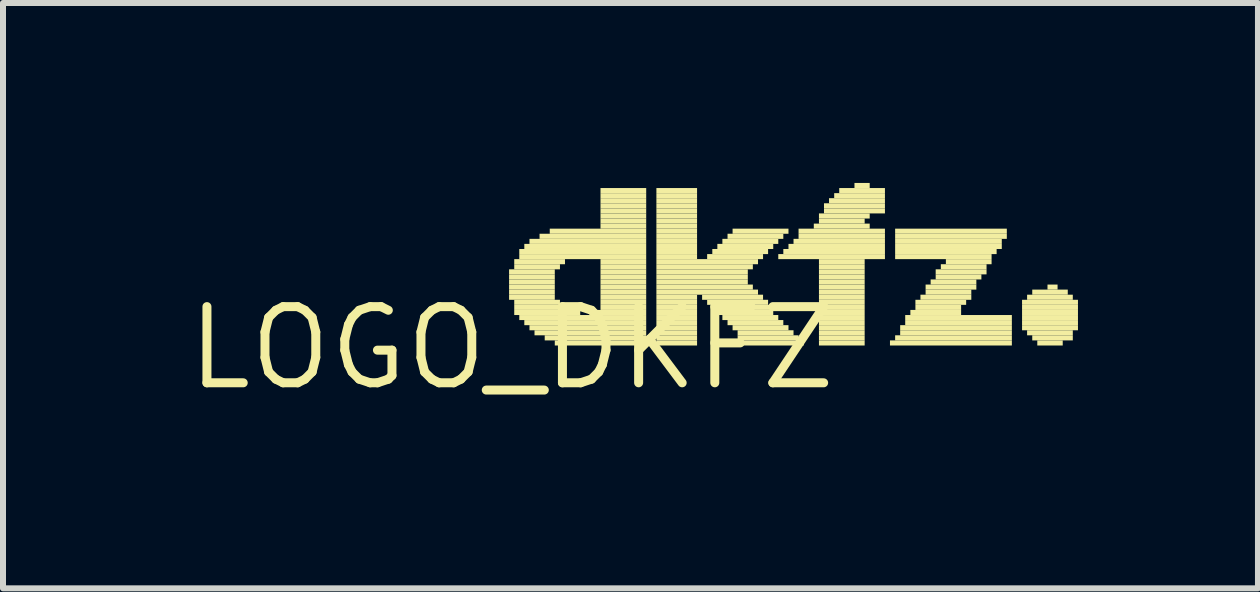
<source format=kicad_pcb>
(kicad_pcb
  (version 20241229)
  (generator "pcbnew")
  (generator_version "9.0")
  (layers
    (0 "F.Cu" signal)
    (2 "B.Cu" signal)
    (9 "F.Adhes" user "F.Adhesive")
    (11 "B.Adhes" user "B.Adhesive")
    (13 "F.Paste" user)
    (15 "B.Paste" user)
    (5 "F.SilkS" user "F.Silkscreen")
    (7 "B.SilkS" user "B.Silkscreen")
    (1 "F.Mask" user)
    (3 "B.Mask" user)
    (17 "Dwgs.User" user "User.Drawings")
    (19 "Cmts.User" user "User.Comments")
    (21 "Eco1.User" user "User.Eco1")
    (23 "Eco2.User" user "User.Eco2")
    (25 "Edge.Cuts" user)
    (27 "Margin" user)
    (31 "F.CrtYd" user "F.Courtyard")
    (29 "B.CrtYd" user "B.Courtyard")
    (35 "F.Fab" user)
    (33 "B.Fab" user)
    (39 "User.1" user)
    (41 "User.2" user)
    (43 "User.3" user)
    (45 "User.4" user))
  (footprint "LOGO_DKFZ"
    (layer "F.Cu")
    (at 5.48 2.752)
    (property "Reference" "LOGO_DKFZ" (at 0 0 0) (unlocked yes) (layer "F.SilkS") (effects (font (size 1.27 1.27) (thickness 0.15))))
    (fp_poly (pts (xy -0.043 -1.228) (xy 0.719 -1.228) (xy 0.719 -1.312) (xy -0.043 -1.312)) (stroke (width 0) (type default)) (fill yes) (layer "F.SilkS"))
    (fp_poly (pts (xy -0.043 -1.143) (xy 0.719 -1.143) (xy 0.719 -1.228) (xy -0.043 -1.228)) (stroke (width 0) (type default)) (fill yes) (layer "F.SilkS"))
    (fp_poly (pts (xy -0.043 -1.058) (xy 0.719 -1.058) (xy 0.719 -1.143) (xy -0.043 -1.143)) (stroke (width 0) (type default)) (fill yes) (layer "F.SilkS"))
    (fp_poly (pts (xy -0.043 -0.974) (xy 0.719 -0.974) (xy 0.719 -1.058) (xy -0.043 -1.058)) (stroke (width 0) (type default)) (fill yes) (layer "F.SilkS"))
    (fp_poly (pts (xy -0.043 -0.889) (xy 0.719 -0.889) (xy 0.719 -0.974) (xy -0.043 -0.974)) (stroke (width 0) (type default)) (fill yes) (layer "F.SilkS"))
    (fp_poly (pts (xy -0.043 -0.804) (xy 0.719 -0.804) (xy 0.719 -0.889) (xy -0.043 -0.889)) (stroke (width 0) (type default)) (fill yes) (layer "F.SilkS"))
    (fp_poly (pts (xy 0.043 -1.397) (xy 0.889 -1.397) (xy 0.889 -1.482) (xy 0.043 -1.482)) (stroke (width 0) (type default)) (fill yes) (layer "F.SilkS"))
    (fp_poly (pts (xy 0.043 -1.312) (xy 0.805 -1.312) (xy 0.805 -1.397) (xy 0.043 -1.397)) (stroke (width 0) (type default)) (fill yes) (layer "F.SilkS"))
    (fp_poly (pts (xy 0.043 -0.72) (xy 0.805 -0.72) (xy 0.805 -0.804) (xy 0.043 -0.804)) (stroke (width 0) (type default)) (fill yes) (layer "F.SilkS"))
    (fp_poly (pts (xy 0.043 -0.635) (xy 0.889 -0.635) (xy 0.889 -0.72) (xy 0.043 -0.72)) (stroke (width 0) (type default)) (fill yes) (layer "F.SilkS"))
    (fp_poly (pts (xy 0.043 -0.55) (xy 1.143 -0.55) (xy 1.143 -0.635) (xy 0.043 -0.635)) (stroke (width 0) (type default)) (fill yes) (layer "F.SilkS"))
    (fp_poly (pts (xy 0.127 -1.566) (xy 2.243 -1.566) (xy 2.243 -1.651) (xy 0.127 -1.651)) (stroke (width 0) (type default)) (fill yes) (layer "F.SilkS"))
    (fp_poly (pts (xy 0.127 -1.482) (xy 2.243 -1.482) (xy 2.243 -1.566) (xy 0.127 -1.566)) (stroke (width 0) (type default)) (fill yes) (layer "F.SilkS"))
    (fp_poly (pts (xy 0.127 -0.466) (xy 2.243 -0.466) (xy 2.243 -0.55) (xy 0.127 -0.55)) (stroke (width 0) (type default)) (fill yes) (layer "F.SilkS"))
    (fp_poly (pts (xy 0.211 -1.651) (xy 2.243 -1.651) (xy 2.243 -1.736) (xy 0.211 -1.736)) (stroke (width 0) (type default)) (fill yes) (layer "F.SilkS"))
    (fp_poly (pts (xy 0.211 -0.381) (xy 2.243 -0.381) (xy 2.243 -0.466) (xy 0.211 -0.466)) (stroke (width 0) (type default)) (fill yes) (layer "F.SilkS"))
    (fp_poly (pts (xy 0.297 -1.736) (xy 2.243 -1.736) (xy 2.243 -1.82) (xy 0.297 -1.82)) (stroke (width 0) (type default)) (fill yes) (layer "F.SilkS"))
    (fp_poly (pts (xy 0.297 -0.296) (xy 2.243 -0.296) (xy 2.243 -0.381) (xy 0.297 -0.381)) (stroke (width 0) (type default)) (fill yes) (layer "F.SilkS"))
    (fp_poly (pts (xy 0.381 -0.212) (xy 2.243 -0.212) (xy 2.243 -0.296) (xy 0.381 -0.296)) (stroke (width 0) (type default)) (fill yes) (layer "F.SilkS"))
    (fp_poly (pts (xy 0.465 -1.82) (xy 2.243 -1.82) (xy 2.243 -1.905) (xy 0.465 -1.905)) (stroke (width 0) (type default)) (fill yes) (layer "F.SilkS"))
    (fp_poly (pts (xy 0.551 -0.127) (xy 2.243 -0.127) (xy 2.243 -0.212) (xy 0.551 -0.212)) (stroke (width 0) (type default)) (fill yes) (layer "F.SilkS"))
    (fp_poly (pts (xy 0.635 -1.905) (xy 2.243 -1.905) (xy 2.243 -1.99) (xy 0.635 -1.99)) (stroke (width 0) (type default)) (fill yes) (layer "F.SilkS"))
    (fp_poly (pts (xy 0.719 -0.042) (xy 2.243 -0.042) (xy 2.243 -0.127) (xy 0.719 -0.127)) (stroke (width 0) (type default)) (fill yes) (layer "F.SilkS"))
    (fp_poly (pts (xy 1.313 -0.55) (xy 2.243 -0.55) (xy 2.243 -0.635) (xy 1.313 -0.635)) (stroke (width 0) (type default)) (fill yes) (layer "F.SilkS"))
    (fp_poly (pts (xy 1.481 -2.582) (xy 2.243 -2.582) (xy 2.243 -2.667) (xy 1.481 -2.667)) (stroke (width 0) (type default)) (fill yes) (layer "F.SilkS"))
    (fp_poly (pts (xy 1.481 -2.498) (xy 2.243 -2.498) (xy 2.243 -2.582) (xy 1.481 -2.582)) (stroke (width 0) (type default)) (fill yes) (layer "F.SilkS"))
    (fp_poly (pts (xy 1.481 -2.413) (xy 2.243 -2.413) (xy 2.243 -2.498) (xy 1.481 -2.498)) (stroke (width 0) (type default)) (fill yes) (layer "F.SilkS"))
    (fp_poly (pts (xy 1.481 -2.328) (xy 2.243 -2.328) (xy 2.243 -2.413) (xy 1.481 -2.413)) (stroke (width 0) (type default)) (fill yes) (layer "F.SilkS"))
    (fp_poly (pts (xy 1.481 -2.244) (xy 2.243 -2.244) (xy 2.243 -2.328) (xy 1.481 -2.328)) (stroke (width 0) (type default)) (fill yes) (layer "F.SilkS"))
    (fp_poly (pts (xy 1.481 -2.159) (xy 2.243 -2.159) (xy 2.243 -2.244) (xy 1.481 -2.244)) (stroke (width 0) (type default)) (fill yes) (layer "F.SilkS"))
    (fp_poly (pts (xy 1.481 -2.074) (xy 2.243 -2.074) (xy 2.243 -2.159) (xy 1.481 -2.159)) (stroke (width 0) (type default)) (fill yes) (layer "F.SilkS"))
    (fp_poly (pts (xy 1.481 -1.99) (xy 2.243 -1.99) (xy 2.243 -2.074) (xy 1.481 -2.074)) (stroke (width 0) (type default)) (fill yes) (layer "F.SilkS"))
    (fp_poly (pts (xy 1.481 -1.397) (xy 2.243 -1.397) (xy 2.243 -1.482) (xy 1.481 -1.482)) (stroke (width 0) (type default)) (fill yes) (layer "F.SilkS"))
    (fp_poly (pts (xy 1.481 -1.312) (xy 2.243 -1.312) (xy 2.243 -1.397) (xy 1.481 -1.397)) (stroke (width 0) (type default)) (fill yes) (layer "F.SilkS"))
    (fp_poly (pts (xy 1.481 -1.228) (xy 2.243 -1.228) (xy 2.243 -1.312) (xy 1.481 -1.312)) (stroke (width 0) (type default)) (fill yes) (layer "F.SilkS"))
    (fp_poly (pts (xy 1.481 -1.143) (xy 2.243 -1.143) (xy 2.243 -1.228) (xy 1.481 -1.228)) (stroke (width 0) (type default)) (fill yes) (layer "F.SilkS"))
    (fp_poly (pts (xy 1.481 -1.058) (xy 2.243 -1.058) (xy 2.243 -1.143) (xy 1.481 -1.143)) (stroke (width 0) (type default)) (fill yes) (layer "F.SilkS"))
    (fp_poly (pts (xy 1.481 -0.974) (xy 2.243 -0.974) (xy 2.243 -1.058) (xy 1.481 -1.058)) (stroke (width 0) (type default)) (fill yes) (layer "F.SilkS"))
    (fp_poly (pts (xy 1.481 -0.889) (xy 2.243 -0.889) (xy 2.243 -0.974) (xy 1.481 -0.974)) (stroke (width 0) (type default)) (fill yes) (layer "F.SilkS"))
    (fp_poly (pts (xy 1.481 -0.804) (xy 2.243 -0.804) (xy 2.243 -0.889) (xy 1.481 -0.889)) (stroke (width 0) (type default)) (fill yes) (layer "F.SilkS"))
    (fp_poly (pts (xy 1.481 -0.72) (xy 2.243 -0.72) (xy 2.243 -0.804) (xy 1.481 -0.804)) (stroke (width 0) (type default)) (fill yes) (layer "F.SilkS"))
    (fp_poly (pts (xy 1.481 -0.635) (xy 2.243 -0.635) (xy 2.243 -0.72) (xy 1.481 -0.72)) (stroke (width 0) (type default)) (fill yes) (layer "F.SilkS"))
    (fp_poly (pts (xy 2.413 -2.582) (xy 3.091 -2.582) (xy 3.091 -2.667) (xy 2.413 -2.667)) (stroke (width 0) (type default)) (fill yes) (layer "F.SilkS"))
    (fp_poly (pts (xy 2.413 -2.498) (xy 3.091 -2.498) (xy 3.091 -2.582) (xy 2.413 -2.582)) (stroke (width 0) (type default)) (fill yes) (layer "F.SilkS"))
    (fp_poly (pts (xy 2.413 -2.413) (xy 3.091 -2.413) (xy 3.091 -2.498) (xy 2.413 -2.498)) (stroke (width 0) (type default)) (fill yes) (layer "F.SilkS"))
    (fp_poly (pts (xy 2.413 -2.328) (xy 3.091 -2.328) (xy 3.091 -2.413) (xy 2.413 -2.413)) (stroke (width 0) (type default)) (fill yes) (layer "F.SilkS"))
    (fp_poly (pts (xy 2.413 -2.244) (xy 3.091 -2.244) (xy 3.091 -2.328) (xy 2.413 -2.328)) (stroke (width 0) (type default)) (fill yes) (layer "F.SilkS"))
    (fp_poly (pts (xy 2.413 -2.159) (xy 3.091 -2.159) (xy 3.091 -2.244) (xy 2.413 -2.244)) (stroke (width 0) (type default)) (fill yes) (layer "F.SilkS"))
    (fp_poly (pts (xy 2.413 -2.074) (xy 3.091 -2.074) (xy 3.091 -2.159) (xy 2.413 -2.159)) (stroke (width 0) (type default)) (fill yes) (layer "F.SilkS"))
    (fp_poly (pts (xy 2.413 -1.99) (xy 3.091 -1.99) (xy 3.091 -2.074) (xy 2.413 -2.074)) (stroke (width 0) (type default)) (fill yes) (layer "F.SilkS"))
    (fp_poly (pts (xy 2.413 -1.905) (xy 3.091 -1.905) (xy 3.091 -1.99) (xy 2.413 -1.99)) (stroke (width 0) (type default)) (fill yes) (layer "F.SilkS"))
    (fp_poly (pts (xy 2.413 -1.82) (xy 3.091 -1.82) (xy 3.091 -1.905) (xy 2.413 -1.905)) (stroke (width 0) (type default)) (fill yes) (layer "F.SilkS"))
    (fp_poly (pts (xy 2.413 -1.736) (xy 3.091 -1.736) (xy 3.091 -1.82) (xy 2.413 -1.82)) (stroke (width 0) (type default)) (fill yes) (layer "F.SilkS"))
    (fp_poly (pts (xy 2.413 -1.651) (xy 3.091 -1.651) (xy 3.091 -1.736) (xy 2.413 -1.736)) (stroke (width 0) (type default)) (fill yes) (layer "F.SilkS"))
    (fp_poly (pts (xy 2.413 -1.566) (xy 3.091 -1.566) (xy 3.091 -1.651) (xy 2.413 -1.651)) (stroke (width 0) (type default)) (fill yes) (layer "F.SilkS"))
    (fp_poly (pts (xy 2.413 -1.482) (xy 3.091 -1.482) (xy 3.091 -1.566) (xy 2.413 -1.566)) (stroke (width 0) (type default)) (fill yes) (layer "F.SilkS"))
    (fp_poly (pts (xy 2.413 -1.397) (xy 4.107 -1.397) (xy 4.107 -1.482) (xy 2.413 -1.482)) (stroke (width 0) (type default)) (fill yes) (layer "F.SilkS"))
    (fp_poly (pts (xy 2.413 -1.312) (xy 4.021 -1.312) (xy 4.021 -1.397) (xy 2.413 -1.397)) (stroke (width 0) (type default)) (fill yes) (layer "F.SilkS"))
    (fp_poly (pts (xy 2.413 -1.228) (xy 3.937 -1.228) (xy 3.937 -1.312) (xy 2.413 -1.312)) (stroke (width 0) (type default)) (fill yes) (layer "F.SilkS"))
    (fp_poly (pts (xy 2.413 -1.143) (xy 3.937 -1.143) (xy 3.937 -1.228) (xy 2.413 -1.228)) (stroke (width 0) (type default)) (fill yes) (layer "F.SilkS"))
    (fp_poly (pts (xy 2.413 -1.058) (xy 3.937 -1.058) (xy 3.937 -1.143) (xy 2.413 -1.143)) (stroke (width 0) (type default)) (fill yes) (layer "F.SilkS"))
    (fp_poly (pts (xy 2.413 -0.974) (xy 4.021 -0.974) (xy 4.021 -1.058) (xy 2.413 -1.058)) (stroke (width 0) (type default)) (fill yes) (layer "F.SilkS"))
    (fp_poly (pts (xy 2.413 -0.889) (xy 4.107 -0.889) (xy 4.107 -0.974) (xy 2.413 -0.974)) (stroke (width 0) (type default)) (fill yes) (layer "F.SilkS"))
    (fp_poly (pts (xy 2.413 -0.804) (xy 3.091 -0.804) (xy 3.091 -0.889) (xy 2.413 -0.889)) (stroke (width 0) (type default)) (fill yes) (layer "F.SilkS"))
    (fp_poly (pts (xy 2.413 -0.72) (xy 3.091 -0.72) (xy 3.091 -0.804) (xy 2.413 -0.804)) (stroke (width 0) (type default)) (fill yes) (layer "F.SilkS"))
    (fp_poly (pts (xy 2.413 -0.635) (xy 3.091 -0.635) (xy 3.091 -0.72) (xy 2.413 -0.72)) (stroke (width 0) (type default)) (fill yes) (layer "F.SilkS"))
    (fp_poly (pts (xy 2.413 -0.55) (xy 3.091 -0.55) (xy 3.091 -0.635) (xy 2.413 -0.635)) (stroke (width 0) (type default)) (fill yes) (layer "F.SilkS"))
    (fp_poly (pts (xy 2.413 -0.466) (xy 3.091 -0.466) (xy 3.091 -0.55) (xy 2.413 -0.55)) (stroke (width 0) (type default)) (fill yes) (layer "F.SilkS"))
    (fp_poly (pts (xy 2.413 -0.381) (xy 3.091 -0.381) (xy 3.091 -0.466) (xy 2.413 -0.466)) (stroke (width 0) (type default)) (fill yes) (layer "F.SilkS"))
    (fp_poly (pts (xy 2.413 -0.296) (xy 3.091 -0.296) (xy 3.091 -0.381) (xy 2.413 -0.381)) (stroke (width 0) (type default)) (fill yes) (layer "F.SilkS"))
    (fp_poly (pts (xy 2.413 -0.212) (xy 3.091 -0.212) (xy 3.091 -0.296) (xy 2.413 -0.296)) (stroke (width 0) (type default)) (fill yes) (layer "F.SilkS"))
    (fp_poly (pts (xy 2.413 -0.127) (xy 3.091 -0.127) (xy 3.091 -0.212) (xy 2.413 -0.212)) (stroke (width 0) (type default)) (fill yes) (layer "F.SilkS"))
    (fp_poly (pts (xy 2.413 -0.042) (xy 3.091 -0.042) (xy 3.091 -0.127) (xy 2.413 -0.127)) (stroke (width 0) (type default)) (fill yes) (layer "F.SilkS"))
    (fp_poly (pts (xy 3.175 -0.804) (xy 4.191 -0.804) (xy 4.191 -0.889) (xy 3.175 -0.889)) (stroke (width 0) (type default)) (fill yes) (layer "F.SilkS"))
    (fp_poly (pts (xy 3.259 -1.482) (xy 4.191 -1.482) (xy 4.191 -1.566) (xy 3.259 -1.566)) (stroke (width 0) (type default)) (fill yes) (layer "F.SilkS"))
    (fp_poly (pts (xy 3.259 -0.72) (xy 4.275 -0.72) (xy 4.275 -0.804) (xy 3.259 -0.804)) (stroke (width 0) (type default)) (fill yes) (layer "F.SilkS"))
    (fp_poly (pts (xy 3.345 -1.566) (xy 4.275 -1.566) (xy 4.275 -1.651) (xy 3.345 -1.651)) (stroke (width 0) (type default)) (fill yes) (layer "F.SilkS"))
    (fp_poly (pts (xy 3.345 -0.635) (xy 4.361 -0.635) (xy 4.361 -0.72) (xy 3.345 -0.72)) (stroke (width 0) (type default)) (fill yes) (layer "F.SilkS"))
    (fp_poly (pts (xy 3.429 -1.651) (xy 4.361 -1.651) (xy 4.361 -1.736) (xy 3.429 -1.736)) (stroke (width 0) (type default)) (fill yes) (layer "F.SilkS"))
    (fp_poly (pts (xy 3.429 -0.55) (xy 4.361 -0.55) (xy 4.361 -0.635) (xy 3.429 -0.635)) (stroke (width 0) (type default)) (fill yes) (layer "F.SilkS"))
    (fp_poly (pts (xy 3.513 -1.736) (xy 4.445 -1.736) (xy 4.445 -1.82) (xy 3.513 -1.82)) (stroke (width 0) (type default)) (fill yes) (layer "F.SilkS"))
    (fp_poly (pts (xy 3.513 -0.466) (xy 4.445 -0.466) (xy 4.445 -0.55) (xy 3.513 -0.55)) (stroke (width 0) (type default)) (fill yes) (layer "F.SilkS"))
    (fp_poly (pts (xy 3.599 -1.82) (xy 4.529 -1.82) (xy 4.529 -1.905) (xy 3.599 -1.905)) (stroke (width 0) (type default)) (fill yes) (layer "F.SilkS"))
    (fp_poly (pts (xy 3.599 -0.381) (xy 4.529 -0.381) (xy 4.529 -0.466) (xy 3.599 -0.466)) (stroke (width 0) (type default)) (fill yes) (layer "F.SilkS"))
    (fp_poly (pts (xy 3.683 -1.905) (xy 4.615 -1.905) (xy 4.615 -1.99) (xy 3.683 -1.99)) (stroke (width 0) (type default)) (fill yes) (layer "F.SilkS"))
    (fp_poly (pts (xy 3.683 -0.296) (xy 4.615 -0.296) (xy 4.615 -0.381) (xy 3.683 -0.381)) (stroke (width 0) (type default)) (fill yes) (layer "F.SilkS"))
    (fp_poly (pts (xy 3.767 -0.212) (xy 4.699 -0.212) (xy 4.699 -0.296) (xy 3.767 -0.296)) (stroke (width 0) (type default)) (fill yes) (layer "F.SilkS"))
    (fp_poly (pts (xy 3.767 -0.127) (xy 4.783 -0.127) (xy 4.783 -0.212) (xy 3.767 -0.212)) (stroke (width 0) (type default)) (fill yes) (layer "F.SilkS"))
    (fp_poly (pts (xy 3.853 -0.042) (xy 4.869 -0.042) (xy 4.869 -0.127) (xy 3.853 -0.127)) (stroke (width 0) (type default)) (fill yes) (layer "F.SilkS"))
    (fp_poly (pts (xy 4.445 -1.482) (xy 6.223 -1.482) (xy 6.223 -1.566) (xy 4.445 -1.566)) (stroke (width 0) (type default)) (fill yes) (layer "F.SilkS"))
    (fp_poly (pts (xy 4.529 -1.566) (xy 6.223 -1.566) (xy 6.223 -1.651) (xy 4.529 -1.651)) (stroke (width 0) (type default)) (fill yes) (layer "F.SilkS"))
    (fp_poly (pts (xy 4.615 -1.651) (xy 6.223 -1.651) (xy 6.223 -1.736) (xy 4.615 -1.736)) (stroke (width 0) (type default)) (fill yes) (layer "F.SilkS"))
    (fp_poly (pts (xy 4.699 -1.736) (xy 6.223 -1.736) (xy 6.223 -1.82) (xy 4.699 -1.82)) (stroke (width 0) (type default)) (fill yes) (layer "F.SilkS"))
    (fp_poly (pts (xy 4.783 -1.905) (xy 6.223 -1.905) (xy 6.223 -1.99) (xy 4.783 -1.99)) (stroke (width 0) (type default)) (fill yes) (layer "F.SilkS"))
    (fp_poly (pts (xy 4.783 -1.82) (xy 6.223 -1.82) (xy 6.223 -1.905) (xy 4.783 -1.905)) (stroke (width 0) (type default)) (fill yes) (layer "F.SilkS"))
    (fp_poly (pts (xy 5.037 -1.99) (xy 5.969 -1.99) (xy 5.969 -2.074) (xy 5.037 -2.074)) (stroke (width 0) (type default)) (fill yes) (layer "F.SilkS"))
    (fp_poly (pts (xy 5.123 -2.159) (xy 5.969 -2.159) (xy 5.969 -2.244) (xy 5.123 -2.244)) (stroke (width 0) (type default)) (fill yes) (layer "F.SilkS"))
    (fp_poly (pts (xy 5.123 -2.074) (xy 5.885 -2.074) (xy 5.885 -2.159) (xy 5.123 -2.159)) (stroke (width 0) (type default)) (fill yes) (layer "F.SilkS"))
    (fp_poly (pts (xy 5.123 -1.397) (xy 5.885 -1.397) (xy 5.885 -1.482) (xy 5.123 -1.482)) (stroke (width 0) (type default)) (fill yes) (layer "F.SilkS"))
    (fp_poly (pts (xy 5.123 -1.312) (xy 5.885 -1.312) (xy 5.885 -1.397) (xy 5.123 -1.397)) (stroke (width 0) (type default)) (fill yes) (layer "F.SilkS"))
    (fp_poly (pts (xy 5.123 -1.228) (xy 5.885 -1.228) (xy 5.885 -1.312) (xy 5.123 -1.312)) (stroke (width 0) (type default)) (fill yes) (layer "F.SilkS"))
    (fp_poly (pts (xy 5.123 -1.143) (xy 5.885 -1.143) (xy 5.885 -1.228) (xy 5.123 -1.228)) (stroke (width 0) (type default)) (fill yes) (layer "F.SilkS"))
    (fp_poly (pts (xy 5.123 -1.058) (xy 5.885 -1.058) (xy 5.885 -1.143) (xy 5.123 -1.143)) (stroke (width 0) (type default)) (fill yes) (layer "F.SilkS"))
    (fp_poly (pts (xy 5.123 -0.974) (xy 5.885 -0.974) (xy 5.885 -1.058) (xy 5.123 -1.058)) (stroke (width 0) (type default)) (fill yes) (layer "F.SilkS"))
    (fp_poly (pts (xy 5.123 -0.889) (xy 5.885 -0.889) (xy 5.885 -0.974) (xy 5.123 -0.974)) (stroke (width 0) (type default)) (fill yes) (layer "F.SilkS"))
    (fp_poly (pts (xy 5.123 -0.804) (xy 5.885 -0.804) (xy 5.885 -0.889) (xy 5.123 -0.889)) (stroke (width 0) (type default)) (fill yes) (layer "F.SilkS"))
    (fp_poly (pts (xy 5.123 -0.72) (xy 5.885 -0.72) (xy 5.885 -0.804) (xy 5.123 -0.804)) (stroke (width 0) (type default)) (fill yes) (layer "F.SilkS"))
    (fp_poly (pts (xy 5.123 -0.635) (xy 5.885 -0.635) (xy 5.885 -0.72) (xy 5.123 -0.72)) (stroke (width 0) (type default)) (fill yes) (layer "F.SilkS"))
    (fp_poly (pts (xy 5.123 -0.55) (xy 5.885 -0.55) (xy 5.885 -0.635) (xy 5.123 -0.635)) (stroke (width 0) (type default)) (fill yes) (layer "F.SilkS"))
    (fp_poly (pts (xy 5.123 -0.466) (xy 5.885 -0.466) (xy 5.885 -0.55) (xy 5.123 -0.55)) (stroke (width 0) (type default)) (fill yes) (layer "F.SilkS"))
    (fp_poly (pts (xy 5.123 -0.381) (xy 5.885 -0.381) (xy 5.885 -0.466) (xy 5.123 -0.466)) (stroke (width 0) (type default)) (fill yes) (layer "F.SilkS"))
    (fp_poly (pts (xy 5.123 -0.296) (xy 5.885 -0.296) (xy 5.885 -0.381) (xy 5.123 -0.381)) (stroke (width 0) (type default)) (fill yes) (layer "F.SilkS"))
    (fp_poly (pts (xy 5.123 -0.212) (xy 5.885 -0.212) (xy 5.885 -0.296) (xy 5.123 -0.296)) (stroke (width 0) (type default)) (fill yes) (layer "F.SilkS"))
    (fp_poly (pts (xy 5.123 -0.127) (xy 5.885 -0.127) (xy 5.885 -0.212) (xy 5.123 -0.212)) (stroke (width 0) (type default)) (fill yes) (layer "F.SilkS"))
    (fp_poly (pts (xy 5.123 -0.042) (xy 5.885 -0.042) (xy 5.885 -0.127) (xy 5.123 -0.127)) (stroke (width 0) (type default)) (fill yes) (layer "F.SilkS"))
    (fp_poly (pts (xy 5.207 -2.328) (xy 6.223 -2.328) (xy 6.223 -2.413) (xy 5.207 -2.413)) (stroke (width 0) (type default)) (fill yes) (layer "F.SilkS"))
    (fp_poly (pts (xy 5.207 -2.244) (xy 6.223 -2.244) (xy 6.223 -2.328) (xy 5.207 -2.328)) (stroke (width 0) (type default)) (fill yes) (layer "F.SilkS"))
    (fp_poly (pts (xy 5.291 -2.413) (xy 6.223 -2.413) (xy 6.223 -2.498) (xy 5.291 -2.498)) (stroke (width 0) (type default)) (fill yes) (layer "F.SilkS"))
    (fp_poly (pts (xy 5.377 -2.498) (xy 6.223 -2.498) (xy 6.223 -2.582) (xy 5.377 -2.582)) (stroke (width 0) (type default)) (fill yes) (layer "F.SilkS"))
    (fp_poly (pts (xy 5.461 -2.582) (xy 6.223 -2.582) (xy 6.223 -2.667) (xy 5.461 -2.667)) (stroke (width 0) (type default)) (fill yes) (layer "F.SilkS"))
    (fp_poly (pts (xy 5.715 -2.667) (xy 5.969 -2.667) (xy 5.969 -2.752) (xy 5.715 -2.752)) (stroke (width 0) (type default)) (fill yes) (layer "F.SilkS"))
    (fp_poly (pts (xy 6.307 -0.042) (xy 8.339 -0.042) (xy 8.339 -0.127) (xy 6.307 -0.127)) (stroke (width 0) (type default)) (fill yes) (layer "F.SilkS"))
    (fp_poly (pts (xy 6.393 -1.905) (xy 8.255 -1.905) (xy 8.255 -1.99) (xy 6.393 -1.99)) (stroke (width 0) (type default)) (fill yes) (layer "F.SilkS"))
    (fp_poly (pts (xy 6.393 -1.82) (xy 8.255 -1.82) (xy 8.255 -1.905) (xy 6.393 -1.905)) (stroke (width 0) (type default)) (fill yes) (layer "F.SilkS"))
    (fp_poly (pts (xy 6.393 -1.736) (xy 8.171 -1.736) (xy 8.171 -1.82) (xy 6.393 -1.82)) (stroke (width 0) (type default)) (fill yes) (layer "F.SilkS"))
    (fp_poly (pts (xy 6.393 -1.651) (xy 8.171 -1.651) (xy 8.171 -1.736) (xy 6.393 -1.736)) (stroke (width 0) (type default)) (fill yes) (layer "F.SilkS"))
    (fp_poly (pts (xy 6.393 -1.566) (xy 8.085 -1.566) (xy 8.085 -1.651) (xy 6.393 -1.651)) (stroke (width 0) (type default)) (fill yes) (layer "F.SilkS"))
    (fp_poly (pts (xy 6.393 -1.482) (xy 8.001 -1.482) (xy 8.001 -1.566) (xy 6.393 -1.566)) (stroke (width 0) (type default)) (fill yes) (layer "F.SilkS"))
    (fp_poly (pts (xy 6.393 -0.127) (xy 8.339 -0.127) (xy 8.339 -0.212) (xy 6.393 -0.212)) (stroke (width 0) (type default)) (fill yes) (layer "F.SilkS"))
    (fp_poly (pts (xy 6.477 -0.296) (xy 8.339 -0.296) (xy 8.339 -0.381) (xy 6.477 -0.381)) (stroke (width 0) (type default)) (fill yes) (layer "F.SilkS"))
    (fp_poly (pts (xy 6.477 -0.212) (xy 8.339 -0.212) (xy 8.339 -0.296) (xy 6.477 -0.296)) (stroke (width 0) (type default)) (fill yes) (layer "F.SilkS"))
    (fp_poly (pts (xy 6.561 -0.466) (xy 8.339 -0.466) (xy 8.339 -0.55) (xy 6.561 -0.55)) (stroke (width 0) (type default)) (fill yes) (layer "F.SilkS"))
    (fp_poly (pts (xy 6.561 -0.381) (xy 8.339 -0.381) (xy 8.339 -0.466) (xy 6.561 -0.466)) (stroke (width 0) (type default)) (fill yes) (layer "F.SilkS"))
    (fp_poly (pts (xy 6.647 -0.55) (xy 7.493 -0.55) (xy 7.493 -0.635) (xy 6.647 -0.635)) (stroke (width 0) (type default)) (fill yes) (layer "F.SilkS"))
    (fp_poly (pts (xy 6.731 -0.72) (xy 7.577 -0.72) (xy 7.577 -0.804) (xy 6.731 -0.804)) (stroke (width 0) (type default)) (fill yes) (layer "F.SilkS"))
    (fp_poly (pts (xy 6.731 -0.635) (xy 7.493 -0.635) (xy 7.493 -0.72) (xy 6.731 -0.72)) (stroke (width 0) (type default)) (fill yes) (layer "F.SilkS"))
    (fp_poly (pts (xy 6.815 -0.804) (xy 7.663 -0.804) (xy 7.663 -0.889) (xy 6.815 -0.889)) (stroke (width 0) (type default)) (fill yes) (layer "F.SilkS"))
    (fp_poly (pts (xy 6.901 -0.974) (xy 7.747 -0.974) (xy 7.747 -1.058) (xy 6.901 -1.058)) (stroke (width 0) (type default)) (fill yes) (layer "F.SilkS"))
    (fp_poly (pts (xy 6.901 -0.889) (xy 7.663 -0.889) (xy 7.663 -0.974) (xy 6.901 -0.974)) (stroke (width 0) (type default)) (fill yes) (layer "F.SilkS"))
    (fp_poly (pts (xy 6.985 -1.058) (xy 7.747 -1.058) (xy 7.747 -1.143) (xy 6.985 -1.143)) (stroke (width 0) (type default)) (fill yes) (layer "F.SilkS"))
    (fp_poly (pts (xy 7.069 -1.228) (xy 7.917 -1.228) (xy 7.917 -1.312) (xy 7.069 -1.312)) (stroke (width 0) (type default)) (fill yes) (layer "F.SilkS"))
    (fp_poly (pts (xy 7.069 -1.143) (xy 7.831 -1.143) (xy 7.831 -1.228) (xy 7.069 -1.228)) (stroke (width 0) (type default)) (fill yes) (layer "F.SilkS"))
    (fp_poly (pts (xy 7.155 -1.312) (xy 7.917 -1.312) (xy 7.917 -1.397) (xy 7.155 -1.397)) (stroke (width 0) (type default)) (fill yes) (layer "F.SilkS"))
    (fp_poly (pts (xy 7.239 -1.397) (xy 8.001 -1.397) (xy 8.001 -1.482) (xy 7.239 -1.482)) (stroke (width 0) (type default)) (fill yes) (layer "F.SilkS"))
    (fp_poly (pts (xy 8.509 -0.72) (xy 9.441 -0.72) (xy 9.441 -0.804) (xy 8.509 -0.804)) (stroke (width 0) (type default)) (fill yes) (layer "F.SilkS"))
    (fp_poly (pts (xy 8.509 -0.635) (xy 9.441 -0.635) (xy 9.441 -0.72) (xy 8.509 -0.72)) (stroke (width 0) (type default)) (fill yes) (layer "F.SilkS"))
    (fp_poly (pts (xy 8.509 -0.55) (xy 9.441 -0.55) (xy 9.441 -0.635) (xy 8.509 -0.635)) (stroke (width 0) (type default)) (fill yes) (layer "F.SilkS"))
    (fp_poly (pts (xy 8.509 -0.466) (xy 9.441 -0.466) (xy 9.441 -0.55) (xy 8.509 -0.55)) (stroke (width 0) (type default)) (fill yes) (layer "F.SilkS"))
    (fp_poly (pts (xy 8.509 -0.381) (xy 9.441 -0.381) (xy 9.441 -0.466) (xy 8.509 -0.466)) (stroke (width 0) (type default)) (fill yes) (layer "F.SilkS"))
    (fp_poly (pts (xy 8.509 -0.296) (xy 9.441 -0.296) (xy 9.441 -0.381) (xy 8.509 -0.381)) (stroke (width 0) (type default)) (fill yes) (layer "F.SilkS"))
    (fp_poly (pts (xy 8.593 -0.804) (xy 9.355 -0.804) (xy 9.355 -0.889) (xy 8.593 -0.889)) (stroke (width 0) (type default)) (fill yes) (layer "F.SilkS"))
    (fp_poly (pts (xy 8.593 -0.212) (xy 9.355 -0.212) (xy 9.355 -0.296) (xy 8.593 -0.296)) (stroke (width 0) (type default)) (fill yes) (layer "F.SilkS"))
    (fp_poly (pts (xy 8.679 -0.889) (xy 9.271 -0.889) (xy 9.271 -0.974) (xy 8.679 -0.974)) (stroke (width 0) (type default)) (fill yes) (layer "F.SilkS"))
    (fp_poly (pts (xy 8.679 -0.127) (xy 9.355 -0.127) (xy 9.355 -0.212) (xy 8.679 -0.212)) (stroke (width 0) (type default)) (fill yes) (layer "F.SilkS"))
    (fp_poly (pts (xy 8.763 -0.042) (xy 9.187 -0.042) (xy 9.187 -0.127) (xy 8.763 -0.127)) (stroke (width 0) (type default)) (fill yes) (layer "F.SilkS"))
    (fp_poly (pts (xy 8.933 -0.974) (xy 9.101 -0.974) (xy 9.101 -1.058) (xy 8.933 -1.058)) (stroke (width 0) (type default)) (fill yes) (layer "F.SilkS")))
  (gr_rect
    (start -3 -3)
    (end 17.922 6.758)
    (stroke (width 0.1) (type default))
    (fill no)
    (layer "Edge.Cuts")))
</source>
